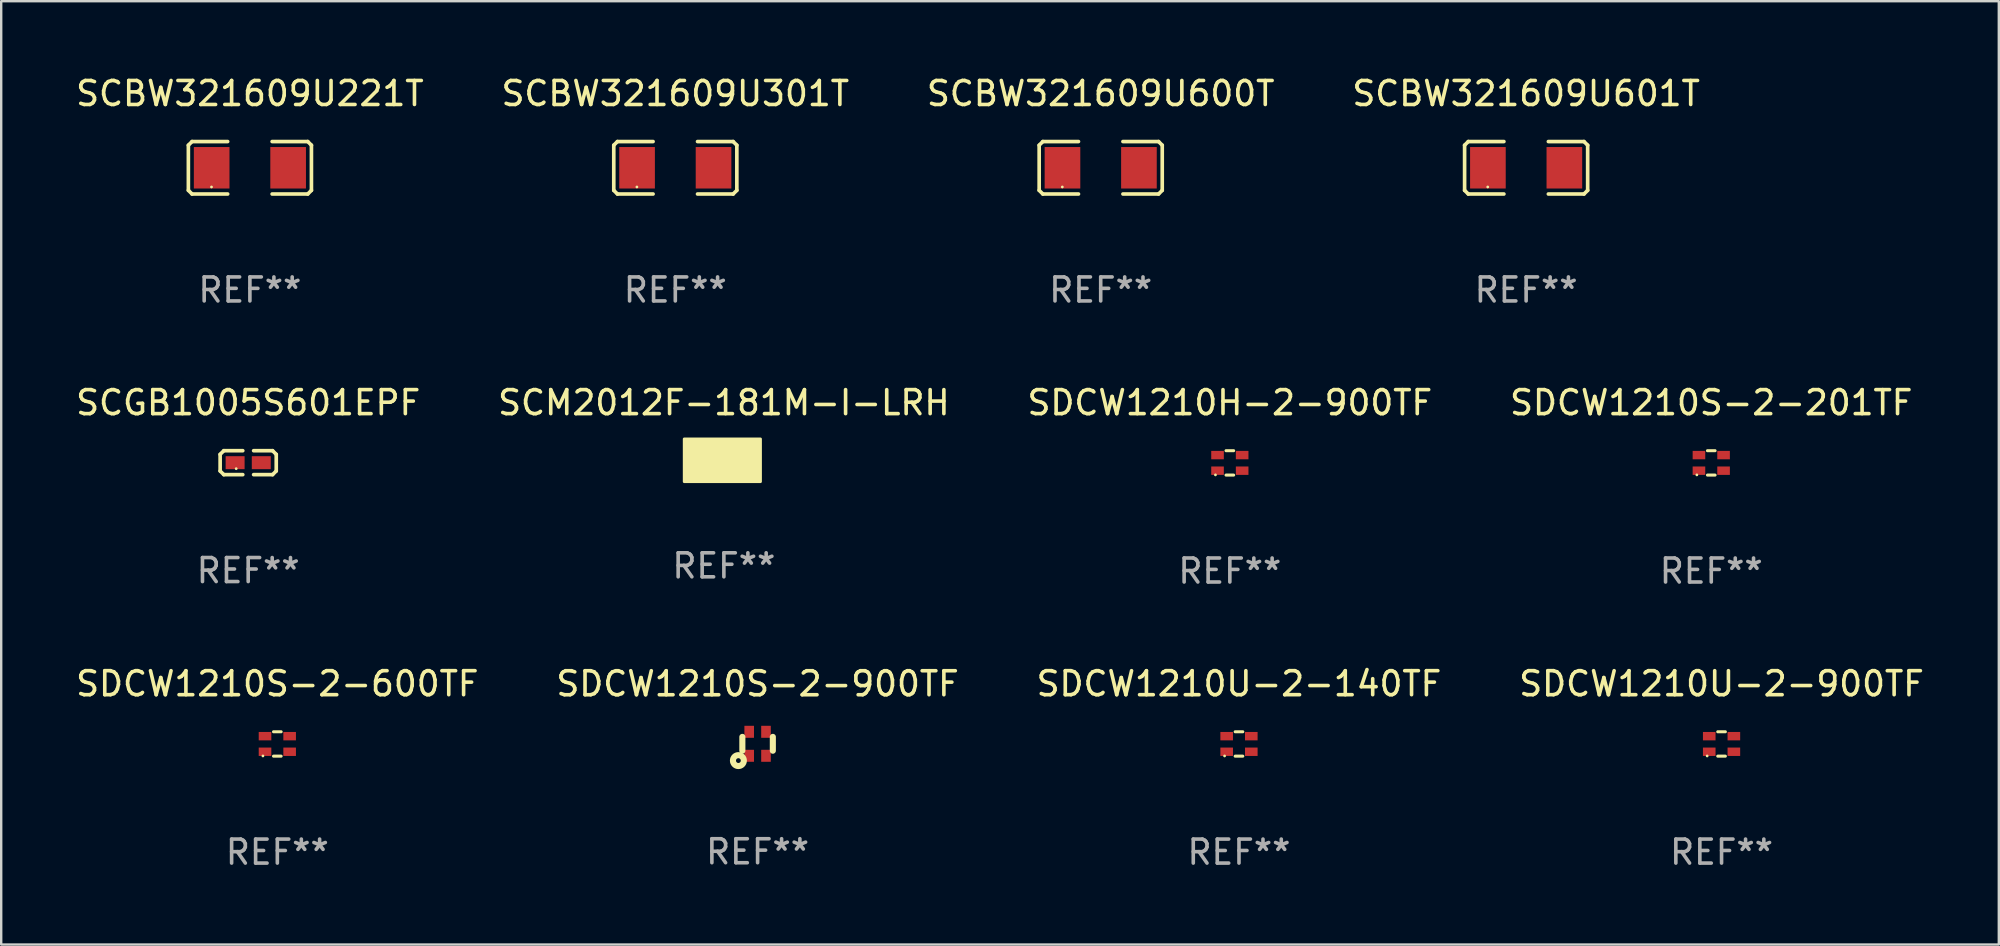
<source format=kicad_pcb>
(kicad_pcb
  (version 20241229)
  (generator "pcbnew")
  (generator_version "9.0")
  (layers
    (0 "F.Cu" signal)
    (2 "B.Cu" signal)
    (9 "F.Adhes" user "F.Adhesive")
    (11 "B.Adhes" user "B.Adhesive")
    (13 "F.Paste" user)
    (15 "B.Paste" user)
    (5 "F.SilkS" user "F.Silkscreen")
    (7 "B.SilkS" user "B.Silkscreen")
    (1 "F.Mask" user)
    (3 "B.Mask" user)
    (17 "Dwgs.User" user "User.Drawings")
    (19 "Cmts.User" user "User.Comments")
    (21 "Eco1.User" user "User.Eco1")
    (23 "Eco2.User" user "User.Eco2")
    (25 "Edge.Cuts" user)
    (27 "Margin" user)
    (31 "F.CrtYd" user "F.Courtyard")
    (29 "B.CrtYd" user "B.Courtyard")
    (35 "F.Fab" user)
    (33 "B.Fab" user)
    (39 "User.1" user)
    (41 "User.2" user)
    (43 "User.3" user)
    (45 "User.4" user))
  (footprint "SCBW321609U221T"
    (layer "F.Cu")
    (at 7.363 3.941)
    (property "Reference" "SCBW321609U221T" (at 0 -3.093 0) (layer "F.SilkS") (effects (font (size 1 1) (thickness 0.15))))
    (attr through_hole)
    (fp_line (start -2.564 -0.94) (end -2.411 -1.093) (stroke (width 0.152) (type solid)) (layer "F.SilkS"))
    (fp_line (start -2.564 0.94) (end -2.564 -0.94) (stroke (width 0.152) (type solid)) (layer "F.SilkS"))
    (fp_line (start -2.411 -1.093) (end -0.926 -1.093) (stroke (width 0.152) (type solid)) (layer "F.SilkS"))
    (fp_line (start -2.411 1.093) (end -2.564 0.94) (stroke (width 0.152) (type solid)) (layer "F.SilkS"))
    (fp_line (start -0.926 1.093) (end -2.411 1.093) (stroke (width 0.152) (type solid)) (layer "F.SilkS"))
    (fp_line (start 0.926 1.093) (end 2.411 1.093) (stroke (width 0.152) (type solid)) (layer "F.SilkS"))
    (fp_line (start 2.411 -1.093) (end 0.926 -1.093) (stroke (width 0.152) (type solid)) (layer "F.SilkS"))
    (fp_line (start 2.411 1.093) (end 2.564 0.94) (stroke (width 0.152) (type solid)) (layer "F.SilkS"))
    (fp_line (start 2.564 -0.94) (end 2.411 -1.093) (stroke (width 0.152) (type solid)) (layer "F.SilkS"))
    (fp_line (start 2.564 0.94) (end 2.564 -0.94) (stroke (width 0.152) (type solid)) (layer "F.SilkS"))
    (fp_circle (center -1.6 0.8) (end -1.57 0.8) (stroke (width 0.06) (type solid)) (fill no) (layer "F.SilkS"))
    (fp_text user "REF**" (at 0 5.093 0) (layer "F.Fab") (effects (font (size 1 1) (thickness 0.15))))
    (pad "1" smd rect (at -1.593 0) (size 1.485 1.728) (layers "F.Cu" "F.Mask" "F.Paste"))
    (pad "2" smd rect (at 1.593 0) (size 1.485 1.728) (layers "F.Cu" "F.Mask" "F.Paste")))
  (footprint "SCBW321609U601T"
    (layer "F.Cu")
    (at 60.542 3.941)
    (property "Reference" "SCBW321609U601T" (at 0 -3.093 0) (layer "F.SilkS") (effects (font (size 1 1) (thickness 0.15))))
    (attr through_hole)
    (fp_line (start -2.564 -0.94) (end -2.411 -1.093) (stroke (width 0.152) (type solid)) (layer "F.SilkS"))
    (fp_line (start -2.564 0.94) (end -2.564 -0.94) (stroke (width 0.152) (type solid)) (layer "F.SilkS"))
    (fp_line (start -2.411 -1.093) (end -0.926 -1.093) (stroke (width 0.152) (type solid)) (layer "F.SilkS"))
    (fp_line (start -2.411 1.093) (end -2.564 0.94) (stroke (width 0.152) (type solid)) (layer "F.SilkS"))
    (fp_line (start -0.926 1.093) (end -2.411 1.093) (stroke (width 0.152) (type solid)) (layer "F.SilkS"))
    (fp_line (start 0.926 1.093) (end 2.411 1.093) (stroke (width 0.152) (type solid)) (layer "F.SilkS"))
    (fp_line (start 2.411 -1.093) (end 0.926 -1.093) (stroke (width 0.152) (type solid)) (layer "F.SilkS"))
    (fp_line (start 2.411 1.093) (end 2.564 0.94) (stroke (width 0.152) (type solid)) (layer "F.SilkS"))
    (fp_line (start 2.564 -0.94) (end 2.411 -1.093) (stroke (width 0.152) (type solid)) (layer "F.SilkS"))
    (fp_line (start 2.564 0.94) (end 2.564 -0.94) (stroke (width 0.152) (type solid)) (layer "F.SilkS"))
    (fp_circle (center -1.6 0.8) (end -1.57 0.8) (stroke (width 0.06) (type solid)) (fill no) (layer "F.SilkS"))
    (fp_text user "REF**" (at 0 5.093 0) (layer "F.Fab") (effects (font (size 1 1) (thickness 0.15))))
    (pad "1" smd rect (at -1.593 0) (size 1.485 1.728) (layers "F.Cu" "F.Mask" "F.Paste"))
    (pad "2" smd rect (at 1.593 0) (size 1.485 1.728) (layers "F.Cu" "F.Mask" "F.Paste")))
  (footprint "SDCW1210U-2-900TF"
    (layer "F.Cu")
    (at 68.685 27.95)
    (property "Reference" "SDCW1210U-2-900TF" (at 0 -2.508 0) (layer "F.SilkS") (effects (font (size 1 1) (thickness 0.15))))
    (attr through_hole)
    (fp_line (start -0.159 -0.508) (end 0.159 -0.508) (stroke (width 0.127) (type solid)) (layer "F.SilkS"))
    (fp_line (start -0.159 0.508) (end 0.159 0.508) (stroke (width 0.127) (type solid)) (layer "F.SilkS"))
    (fp_circle (center -0.6 0.5) (end -0.57 0.5) (stroke (width 0.06) (type solid)) (fill no) (layer "F.SilkS"))
    (fp_text user "REF**" (at 0 4.508 0) (layer "F.Fab") (effects (font (size 1 1) (thickness 0.15))))
    (pad "1" smd rect (at -0.513 0.325 90) (size 0.35 0.525) (layers "F.Cu" "F.Mask" "F.Paste"))
    (pad "2" smd rect (at 0.513 0.325 90) (size 0.35 0.525) (layers "F.Cu" "F.Mask" "F.Paste"))
    (pad "3" smd rect (at 0.513 -0.325 90) (size 0.35 0.525) (layers "F.Cu" "F.Mask" "F.Paste"))
    (pad "4" smd rect (at -0.513 -0.325 90) (size 0.35 0.525) (layers "F.Cu" "F.Mask" "F.Paste")))
  (footprint "SCGB1005S601EPF"
    (layer "F.Cu")
    (at 7.292 16.229)
    (property "Reference" "SCGB1005S601EPF" (at 0 -2.499 0) (layer "F.SilkS") (effects (font (size 1 1) (thickness 0.15))))
    (attr through_hole)
    (fp_line (start -1.169 -0.346) (end -1.016 -0.499) (stroke (width 0.152) (type solid)) (layer "F.SilkS"))
    (fp_line (start -1.169 0.346) (end -1.169 -0.346) (stroke (width 0.152) (type solid)) (layer "F.SilkS"))
    (fp_line (start -1.016 -0.499) (end -0.226 -0.499) (stroke (width 0.152) (type solid)) (layer "F.SilkS"))
    (fp_line (start -1.016 0.499) (end -1.169 0.346) (stroke (width 0.152) (type solid)) (layer "F.SilkS"))
    (fp_line (start -0.226 0.499) (end -1.016 0.499) (stroke (width 0.152) (type solid)) (layer "F.SilkS"))
    (fp_line (start 0.226 0.499) (end 1.016 0.499) (stroke (width 0.152) (type solid)) (layer "F.SilkS"))
    (fp_line (start 1.016 -0.499) (end 0.226 -0.499) (stroke (width 0.152) (type solid)) (layer "F.SilkS"))
    (fp_line (start 1.016 0.499) (end 1.169 0.346) (stroke (width 0.152) (type solid)) (layer "F.SilkS"))
    (fp_line (start 1.169 -0.346) (end 1.016 -0.499) (stroke (width 0.152) (type solid)) (layer "F.SilkS"))
    (fp_line (start 1.169 0.346) (end 1.169 -0.346) (stroke (width 0.152) (type solid)) (layer "F.SilkS"))
    (fp_circle (center -0.5 0.25) (end -0.47 0.25) (stroke (width 0.06) (type solid)) (fill no) (layer "F.SilkS"))
    (fp_text user "REF**" (at 0 4.499 0) (layer "F.Fab") (effects (font (size 1 1) (thickness 0.15))))
    (pad "1" smd rect (at -0.545 0) (size 0.79 0.54) (layers "F.Cu" "F.Mask" "F.Paste"))
    (pad "2" smd rect (at 0.545 0) (size 0.79 0.54) (layers "F.Cu" "F.Mask" "F.Paste")))
  (footprint "SDCW1210S-2-900TF"
    (layer "F.Cu")
    (at 28.518 27.943)
    (property "Reference" "SDCW1210S-2-900TF" (at 0 -2.5 0) (layer "F.SilkS") (effects (font (size 1 1) (thickness 0.15))))
    (attr through_hole)
    (fp_line (start -0.635 0.288) (end -0.635 -0.288) (stroke (width 0.254) (type solid)) (layer "F.SilkS"))
    (fp_line (start 0.635 0.288) (end 0.635 -0.288) (stroke (width 0.254) (type solid)) (layer "F.SilkS"))
    (fp_circle (center -0.8 0.7) (end -0.7 0.7) (stroke (width 0.254) (type solid)) (fill no) (layer "F.SilkS"))
    (fp_circle (center -0.625 0.5) (end -0.595 0.5) (stroke (width 0.06) (type solid)) (fill no) (layer "F.SilkS"))
    (fp_text user "REF**" (at 0 4.5 0) (layer "F.Fab") (effects (font (size 1 1) (thickness 0.15))))
    (pad "1" smd rect (at -0.35 0.5) (size 0.4 0.5) (layers "F.Cu" "F.Mask" "F.Paste"))
    (pad "2" smd rect (at -0.35 -0.5) (size 0.4 0.5) (layers "F.Cu" "F.Mask" "F.Paste"))
    (pad "3" smd rect (at 0.35 -0.5 180) (size 0.4 0.5) (layers "F.Cu" "F.Mask" "F.Paste"))
    (pad "4" smd rect (at 0.35 0.5) (size 0.4 0.5) (layers "F.Cu" "F.Mask" "F.Paste")))
  (footprint "SDCW1210U-2-140TF"
    (layer "F.Cu")
    (at 48.577 27.95)
    (property "Reference" "SDCW1210U-2-140TF" (at 0 -2.508 0) (layer "F.SilkS") (effects (font (size 1 1) (thickness 0.15))))
    (attr through_hole)
    (fp_line (start -0.159 -0.508) (end 0.159 -0.508) (stroke (width 0.127) (type solid)) (layer "F.SilkS"))
    (fp_line (start -0.159 0.508) (end 0.159 0.508) (stroke (width 0.127) (type solid)) (layer "F.SilkS"))
    (fp_circle (center -0.6 0.5) (end -0.57 0.5) (stroke (width 0.06) (type solid)) (fill no) (layer "F.SilkS"))
    (fp_text user "REF**" (at 0 4.508 0) (layer "F.Fab") (effects (font (size 1 1) (thickness 0.15))))
    (pad "1" smd rect (at -0.513 0.325 90) (size 0.35 0.525) (layers "F.Cu" "F.Mask" "F.Paste"))
    (pad "2" smd rect (at 0.513 0.325 90) (size 0.35 0.525) (layers "F.Cu" "F.Mask" "F.Paste"))
    (pad "3" smd rect (at 0.513 -0.325 90) (size 0.35 0.525) (layers "F.Cu" "F.Mask" "F.Paste"))
    (pad "4" smd rect (at -0.513 -0.325 90) (size 0.35 0.525) (layers "F.Cu" "F.Mask" "F.Paste")))
  (footprint "SDCW1210H-2-900TF"
    (layer "F.Cu")
    (at 48.196 16.238)
    (property "Reference" "SDCW1210H-2-900TF" (at 0 -2.508 0) (layer "F.SilkS") (effects (font (size 1 1) (thickness 0.15))))
    (attr through_hole)
    (fp_line (start -0.159 -0.508) (end 0.159 -0.508) (stroke (width 0.127) (type solid)) (layer "F.SilkS"))
    (fp_line (start -0.159 0.508) (end 0.159 0.508) (stroke (width 0.127) (type solid)) (layer "F.SilkS"))
    (fp_circle (center -0.6 0.5) (end -0.57 0.5) (stroke (width 0.06) (type solid)) (fill no) (layer "F.SilkS"))
    (fp_text user "REF**" (at 0 4.508 0) (layer "F.Fab") (effects (font (size 1 1) (thickness 0.15))))
    (pad "1" smd rect (at -0.513 0.325 90) (size 0.35 0.525) (layers "F.Cu" "F.Mask" "F.Paste"))
    (pad "2" smd rect (at 0.513 0.325 90) (size 0.35 0.525) (layers "F.Cu" "F.Mask" "F.Paste"))
    (pad "3" smd rect (at 0.513 -0.325 90) (size 0.35 0.525) (layers "F.Cu" "F.Mask" "F.Paste"))
    (pad "4" smd rect (at -0.513 -0.325 90) (size 0.35 0.525) (layers "F.Cu" "F.Mask" "F.Paste")))
  (footprint "SDCW1210S-2-600TF"
    (layer "F.Cu")
    (at 8.506 27.95)
    (property "Reference" "SDCW1210S-2-600TF" (at 0 -2.508 0) (layer "F.SilkS") (effects (font (size 1 1) (thickness 0.15))))
    (attr through_hole)
    (fp_line (start -0.159 -0.508) (end 0.159 -0.508) (stroke (width 0.127) (type solid)) (layer "F.SilkS"))
    (fp_line (start -0.159 0.508) (end 0.159 0.508) (stroke (width 0.127) (type solid)) (layer "F.SilkS"))
    (fp_circle (center -0.6 0.5) (end -0.57 0.5) (stroke (width 0.06) (type solid)) (fill no) (layer "F.SilkS"))
    (fp_text user "REF**" (at 0 4.508 0) (layer "F.Fab") (effects (font (size 1 1) (thickness 0.15))))
    (pad "1" smd rect (at -0.513 0.325 90) (size 0.35 0.525) (layers "F.Cu" "F.Mask" "F.Paste"))
    (pad "2" smd rect (at 0.513 0.325 90) (size 0.35 0.525) (layers "F.Cu" "F.Mask" "F.Paste"))
    (pad "3" smd rect (at 0.513 -0.325 90) (size 0.35 0.525) (layers "F.Cu" "F.Mask" "F.Paste"))
    (pad "4" smd rect (at -0.513 -0.325 90) (size 0.35 0.525) (layers "F.Cu" "F.Mask" "F.Paste")))
  (footprint "SCM2012F-181M-I-LRH"
    (layer "F.Cu")
    (at 27.113 16.13)
    (property "Reference" "SCM2012F-181M-I-LRH" (at 0 -2.4 0) (layer "F.SilkS") (effects (font (size 1 1) (thickness 0.15))))
    (attr through_hole)
    (fp_circle (center -1 0.6) (end -0.97 0.6) (stroke (width 0.06) (type solid)) (fill no) (layer "F.SilkS"))
    (fp_poly (pts (xy -1.651 -0.889) (xy 1.524 -0.889) (xy 1.524 0.889) (xy -1.651 0.889)) (stroke (width 0.12) (type solid)) (fill yes) (layer "F.SilkS"))
    (fp_text user "REF**" (at 0 4.4 0) (layer "F.Fab") (effects (font (size 1 1) (thickness 0.15))))
    (pad "1" smd rect (at -0.85 0.4) (size 1 0.5) (layers "F.Cu" "F.Mask" "F.Paste"))
    (pad "2" smd rect (at 0.85 0.4) (size 1 0.5) (layers "F.Cu" "F.Mask" "F.Paste"))
    (pad "3" smd rect (at 0.85 -0.4) (size 1 0.5) (layers "F.Cu" "F.Mask" "F.Paste"))
    (pad "4" smd rect (at -0.85 -0.4) (size 1 0.5) (layers "F.Cu" "F.Mask" "F.Paste")))
  (footprint "SCBW321609U600T"
    (layer "F.Cu")
    (at 42.815 3.941)
    (property "Reference" "SCBW321609U600T" (at 0 -3.093 0) (layer "F.SilkS") (effects (font (size 1 1) (thickness 0.15))))
    (attr through_hole)
    (fp_line (start -2.564 -0.94) (end -2.411 -1.093) (stroke (width 0.152) (type solid)) (layer "F.SilkS"))
    (fp_line (start -2.564 0.94) (end -2.564 -0.94) (stroke (width 0.152) (type solid)) (layer "F.SilkS"))
    (fp_line (start -2.411 -1.093) (end -0.926 -1.093) (stroke (width 0.152) (type solid)) (layer "F.SilkS"))
    (fp_line (start -2.411 1.093) (end -2.564 0.94) (stroke (width 0.152) (type solid)) (layer "F.SilkS"))
    (fp_line (start -0.926 1.093) (end -2.411 1.093) (stroke (width 0.152) (type solid)) (layer "F.SilkS"))
    (fp_line (start 0.926 1.093) (end 2.411 1.093) (stroke (width 0.152) (type solid)) (layer "F.SilkS"))
    (fp_line (start 2.411 -1.093) (end 0.926 -1.093) (stroke (width 0.152) (type solid)) (layer "F.SilkS"))
    (fp_line (start 2.411 1.093) (end 2.564 0.94) (stroke (width 0.152) (type solid)) (layer "F.SilkS"))
    (fp_line (start 2.564 -0.94) (end 2.411 -1.093) (stroke (width 0.152) (type solid)) (layer "F.SilkS"))
    (fp_line (start 2.564 0.94) (end 2.564 -0.94) (stroke (width 0.152) (type solid)) (layer "F.SilkS"))
    (fp_circle (center -1.6 0.8) (end -1.57 0.8) (stroke (width 0.06) (type solid)) (fill no) (layer "F.SilkS"))
    (fp_text user "REF**" (at 0 5.093 0) (layer "F.Fab") (effects (font (size 1 1) (thickness 0.15))))
    (pad "1" smd rect (at -1.593 0) (size 1.485 1.728) (layers "F.Cu" "F.Mask" "F.Paste"))
    (pad "2" smd rect (at 1.593 0) (size 1.485 1.728) (layers "F.Cu" "F.Mask" "F.Paste")))
  (footprint "SCBW321609U301T"
    (layer "F.Cu")
    (at 25.089 3.941)
    (property "Reference" "SCBW321609U301T" (at 0 -3.093 0) (layer "F.SilkS") (effects (font (size 1 1) (thickness 0.15))))
    (attr through_hole)
    (fp_line (start -2.564 -0.94) (end -2.411 -1.093) (stroke (width 0.152) (type solid)) (layer "F.SilkS"))
    (fp_line (start -2.564 0.94) (end -2.564 -0.94) (stroke (width 0.152) (type solid)) (layer "F.SilkS"))
    (fp_line (start -2.411 -1.093) (end -0.926 -1.093) (stroke (width 0.152) (type solid)) (layer "F.SilkS"))
    (fp_line (start -2.411 1.093) (end -2.564 0.94) (stroke (width 0.152) (type solid)) (layer "F.SilkS"))
    (fp_line (start -0.926 1.093) (end -2.411 1.093) (stroke (width 0.152) (type solid)) (layer "F.SilkS"))
    (fp_line (start 0.926 1.093) (end 2.411 1.093) (stroke (width 0.152) (type solid)) (layer "F.SilkS"))
    (fp_line (start 2.411 -1.093) (end 0.926 -1.093) (stroke (width 0.152) (type solid)) (layer "F.SilkS"))
    (fp_line (start 2.411 1.093) (end 2.564 0.94) (stroke (width 0.152) (type solid)) (layer "F.SilkS"))
    (fp_line (start 2.564 -0.94) (end 2.411 -1.093) (stroke (width 0.152) (type solid)) (layer "F.SilkS"))
    (fp_line (start 2.564 0.94) (end 2.564 -0.94) (stroke (width 0.152) (type solid)) (layer "F.SilkS"))
    (fp_circle (center -1.6 0.8) (end -1.57 0.8) (stroke (width 0.06) (type solid)) (fill no) (layer "F.SilkS"))
    (fp_text user "REF**" (at 0 5.093 0) (layer "F.Fab") (effects (font (size 1 1) (thickness 0.15))))
    (pad "1" smd rect (at -1.593 0) (size 1.485 1.728) (layers "F.Cu" "F.Mask" "F.Paste"))
    (pad "2" smd rect (at 1.593 0) (size 1.485 1.728) (layers "F.Cu" "F.Mask" "F.Paste")))
  (footprint "SDCW1210S-2-201TF"
    (layer "F.Cu")
    (at 68.256 16.238)
    (property "Reference" "SDCW1210S-2-201TF" (at 0 -2.508 0) (layer "F.SilkS") (effects (font (size 1 1) (thickness 0.15))))
    (attr through_hole)
    (fp_line (start -0.159 -0.508) (end 0.159 -0.508) (stroke (width 0.127) (type solid)) (layer "F.SilkS"))
    (fp_line (start -0.159 0.508) (end 0.159 0.508) (stroke (width 0.127) (type solid)) (layer "F.SilkS"))
    (fp_circle (center -0.6 0.5) (end -0.57 0.5) (stroke (width 0.06) (type solid)) (fill no) (layer "F.SilkS"))
    (fp_text user "REF**" (at 0 4.508 0) (layer "F.Fab") (effects (font (size 1 1) (thickness 0.15))))
    (pad "1" smd rect (at -0.513 0.325 90) (size 0.35 0.525) (layers "F.Cu" "F.Mask" "F.Paste"))
    (pad "2" smd rect (at 0.513 0.325 90) (size 0.35 0.525) (layers "F.Cu" "F.Mask" "F.Paste"))
    (pad "3" smd rect (at 0.513 -0.325 90) (size 0.35 0.525) (layers "F.Cu" "F.Mask" "F.Paste"))
    (pad "4" smd rect (at -0.513 -0.325 90) (size 0.35 0.525) (layers "F.Cu" "F.Mask" "F.Paste")))
  (gr_rect
    (start -3 -3)
    (end 80.238 36.307)
    (stroke (width 0.1) (type default))
    (fill no)
    (layer "Edge.Cuts")))
</source>
